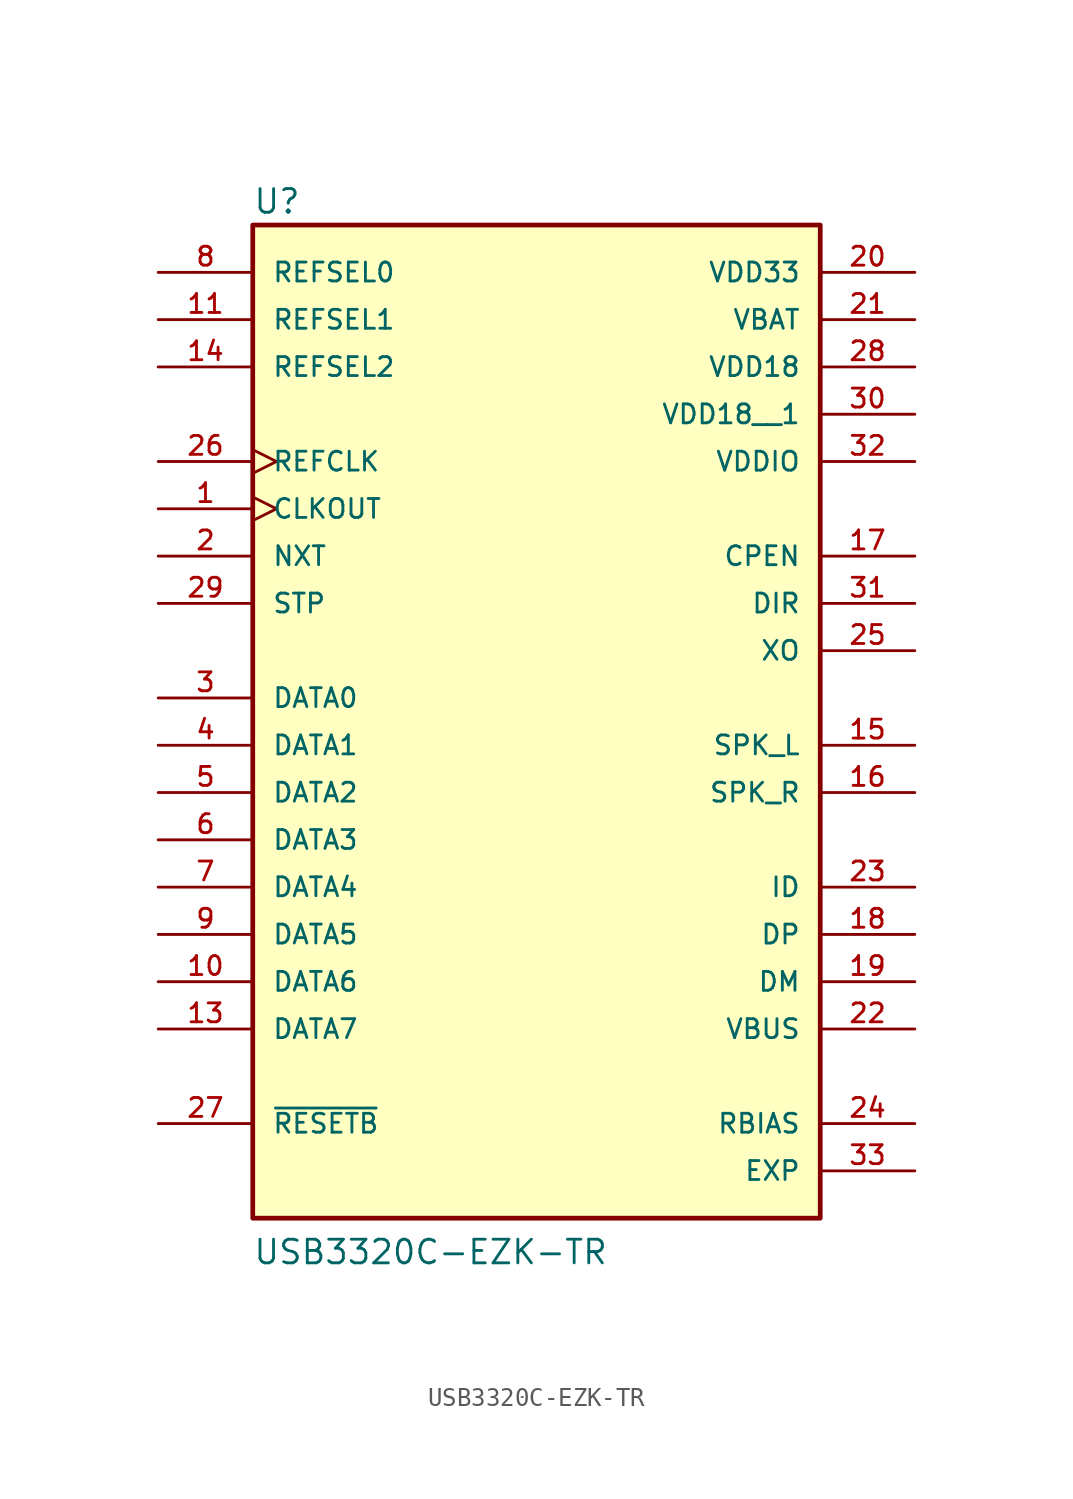
<source format=kicad_sym>
(kicad_symbol_lib
  (version 20211014)
  (generator kicad_symbol_editor)
  (symbol "USB3320C-EZK-TR"
    (pin_names
      (offset 1.016))
    (property "Reference" "U"
      (at -15.25 25.926 0)
      (effects (font (size 1.27 1.27)) (justify bottom left)))
    (property "Value" "USB3320C-EZK-TR"
      (at -15.253 -30.503 0)
      (effects (font (size 1.27 1.27)) (justify bottom left)))
    (symbol "USB3320C-EZK-TR_0_0"
      (rectangle (start -15.24 -27.94) (end 15.24 25.4) (stroke (width 0.254)) (fill (type background)))
      (pin output clock (at -20.32 10.16 0) (length 5.08) (name "CLKOUT" (effects (font (size 1.016 1.016)))) (number "1" (effects (font (size 1.016 1.016)))))
      (pin output line (at -20.32 7.62 0) (length 5.08) (name "NXT" (effects (font (size 1.016 1.016)))) (number "2" (effects (font (size 1.016 1.016)))))
      (pin bidirectional line (at -20.32 0.0 0) (length 5.08) (name "DATA0" (effects (font (size 1.016 1.016)))) (number "3" (effects (font (size 1.016 1.016)))))
      (pin bidirectional line (at -20.32 -5.08 0) (length 5.08) (name "DATA2" (effects (font (size 1.016 1.016)))) (number "5" (effects (font (size 1.016 1.016)))))
      (pin bidirectional line (at -20.32 -2.54 0) (length 5.08) (name "DATA1" (effects (font (size 1.016 1.016)))) (number "4" (effects (font (size 1.016 1.016)))))
      (pin bidirectional line (at -20.32 -7.62 0) (length 5.08) (name "DATA3" (effects (font (size 1.016 1.016)))) (number "6" (effects (font (size 1.016 1.016)))))
      (pin bidirectional line (at -20.32 -10.16 0) (length 5.08) (name "DATA4" (effects (font (size 1.016 1.016)))) (number "7" (effects (font (size 1.016 1.016)))))
      (pin input line (at -20.32 22.86 0) (length 5.08) (name "REFSEL0" (effects (font (size 1.016 1.016)))) (number "8" (effects (font (size 1.016 1.016)))))
      (pin bidirectional line (at -20.32 -12.7 0) (length 5.08) (name "DATA5" (effects (font (size 1.016 1.016)))) (number "9" (effects (font (size 1.016 1.016)))))
      (pin bidirectional line (at -20.32 -15.24 0) (length 5.08) (name "DATA6" (effects (font (size 1.016 1.016)))) (number "10" (effects (font (size 1.016 1.016)))))
      (pin input line (at -20.32 20.32 0) (length 5.08) (name "REFSEL1" (effects (font (size 1.016 1.016)))) (number "11" (effects (font (size 1.016 1.016)))))
      (pin bidirectional line (at -20.32 -17.78 0) (length 5.08) (name "DATA7" (effects (font (size 1.016 1.016)))) (number "13" (effects (font (size 1.016 1.016)))))
      (pin input line (at -20.32 17.78 0) (length 5.08) (name "REFSEL2" (effects (font (size 1.016 1.016)))) (number "14" (effects (font (size 1.016 1.016)))))
      (pin bidirectional line (at 20.32 -2.54 180.0) (length 5.08) (name "SPK_L" (effects (font (size 1.016 1.016)))) (number "15" (effects (font (size 1.016 1.016)))))
      (pin bidirectional line (at 20.32 -5.08 180.0) (length 5.08) (name "SPK_R" (effects (font (size 1.016 1.016)))) (number "16" (effects (font (size 1.016 1.016)))))
      (pin output line (at 20.32 7.62 180.0) (length 5.08) (name "CPEN" (effects (font (size 1.016 1.016)))) (number "17" (effects (font (size 1.016 1.016)))))
      (pin bidirectional line (at 20.32 -12.7 180.0) (length 5.08) (name "DP" (effects (font (size 1.016 1.016)))) (number "18" (effects (font (size 1.016 1.016)))))
      (pin bidirectional line (at 20.32 -15.24 180.0) (length 5.08) (name "DM" (effects (font (size 1.016 1.016)))) (number "19" (effects (font (size 1.016 1.016)))))
      (pin power_in line (at 20.32 22.86 180.0) (length 5.08) (name "VDD33" (effects (font (size 1.016 1.016)))) (number "20" (effects (font (size 1.016 1.016)))))
      (pin power_in line (at 20.32 20.32 180.0) (length 5.08) (name "VBAT" (effects (font (size 1.016 1.016)))) (number "21" (effects (font (size 1.016 1.016)))))
      (pin power_in line (at 20.32 -17.78 180.0) (length 5.08) (name "VBUS" (effects (font (size 1.016 1.016)))) (number "22" (effects (font (size 1.016 1.016)))))
      (pin input line (at 20.32 -10.16 180.0) (length 5.08) (name "ID" (effects (font (size 1.016 1.016)))) (number "23" (effects (font (size 1.016 1.016)))))
      (pin bidirectional line (at 20.32 -22.86 180.0) (length 5.08) (name "RBIAS" (effects (font (size 1.016 1.016)))) (number "24" (effects (font (size 1.016 1.016)))))
      (pin output line (at 20.32 2.54 180.0) (length 5.08) (name "XO" (effects (font (size 1.016 1.016)))) (number "25" (effects (font (size 1.016 1.016)))))
      (pin input clock (at -20.32 12.7 0) (length 5.08) (name "REFCLK" (effects (font (size 1.016 1.016)))) (number "26" (effects (font (size 1.016 1.016)))))
      (pin input line (at -20.32 -22.86 0) (length 5.08) (name "~{RESETB}" (effects (font (size 1.016 1.016)))) (number "27" (effects (font (size 1.016 1.016)))))
      (pin power_in line (at 20.32 17.78 180.0) (length 5.08) (name "VDD18" (effects (font (size 1.016 1.016)))) (number "28" (effects (font (size 1.016 1.016)))))
      (pin input line (at -20.32 5.08 0) (length 5.08) (name "STP" (effects (font (size 1.016 1.016)))) (number "29" (effects (font (size 1.016 1.016)))))
      (pin output line (at 20.32 5.08 180.0) (length 5.08) (name "DIR" (effects (font (size 1.016 1.016)))) (number "31" (effects (font (size 1.016 1.016)))))
      (pin power_in line (at 20.32 12.7 180.0) (length 5.08) (name "VDDIO" (effects (font (size 1.016 1.016)))) (number "32" (effects (font (size 1.016 1.016)))))
      (pin power_in line (at 20.32 -25.4 180.0) (length 5.08) (name "EXP" (effects (font (size 1.016 1.016)))) (number "33" (effects (font (size 1.016 1.016)))))
      (pin power_in line (at 20.32 15.24 180.0) (length 5.08) (name "VDD18__1" (effects (font (size 1.016 1.016)))) (number "30" (effects (font (size 1.016 1.016))))))))
</source>
